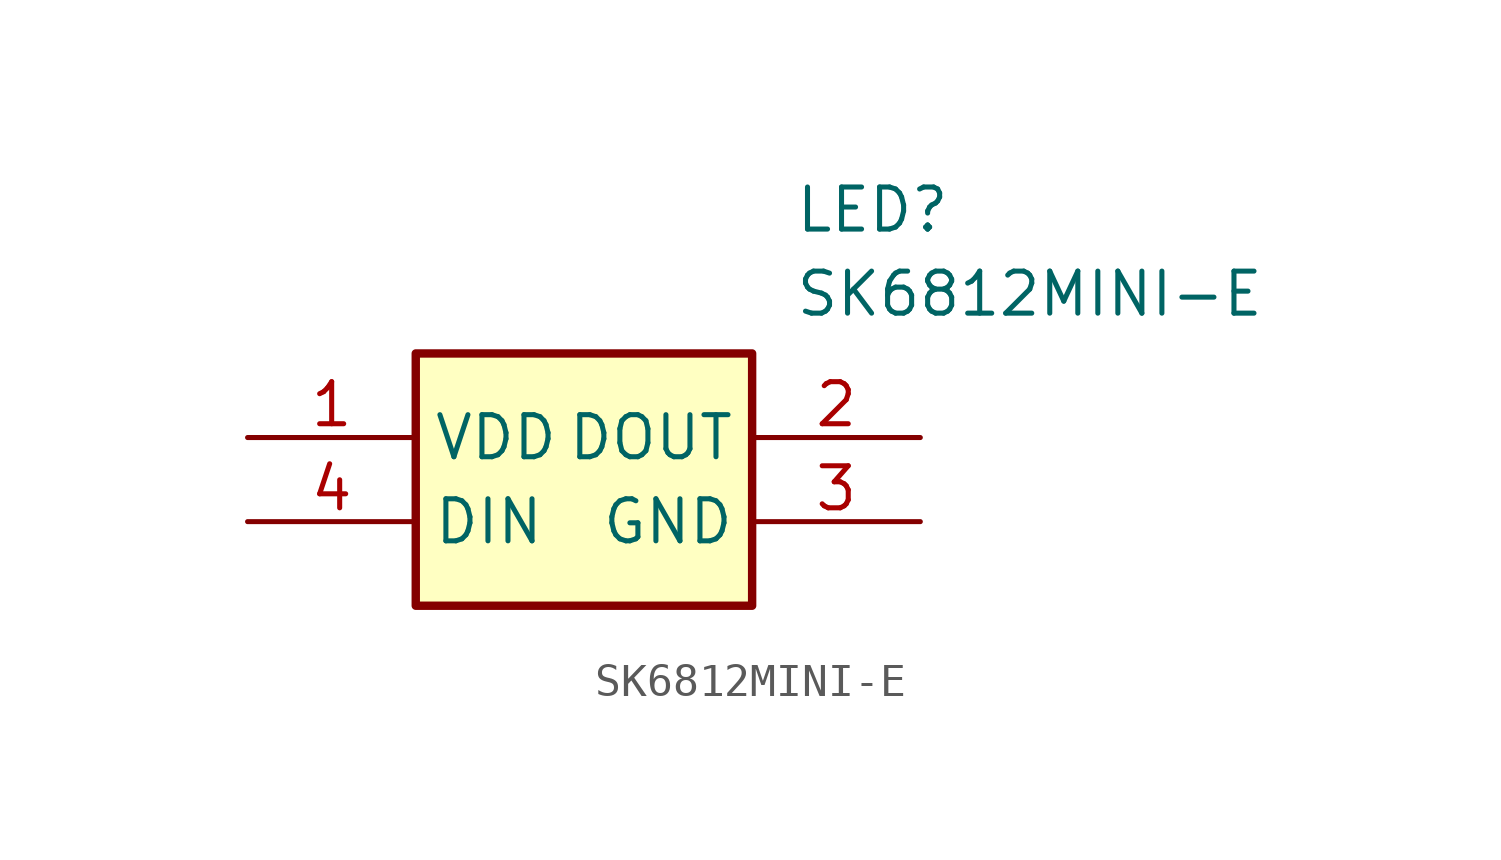
<source format=kicad_sym>
(kicad_symbol_lib
  (version 20220914)
  (generator kicad_symbol_editor)
  (symbol "SK6812MINI-E"
    (property "Reference" "LED"
      (at 16.51 7.62 0)
      (effects (font (size 1.27 1.27)) (justify left top)))
    (property "Value" "SK6812MINI-E"
      (at 16.51 5.08 0)
      (effects (font (size 1.27 1.27)) (justify left top)))
    (symbol "SK6812MINI-E_1_1"
      (rectangle (start 5.08 2.54) (end 15.24 -5.08) (stroke (width 0.254) (type default)) (fill (type background)))
      (pin passive line (at 0 0 0) (length 5.08) (name "VDD" (effects (font (size 1.27 1.27)))) (number "1" (effects (font (size 1.27 1.27)))))
      (pin passive line (at 20.32 0 180) (length 5.08) (name "DOUT" (effects (font (size 1.27 1.27)))) (number "2" (effects (font (size 1.27 1.27)))))
      (pin passive line (at 20.32 -2.54 180) (length 5.08) (name "GND" (effects (font (size 1.27 1.27)))) (number "3" (effects (font (size 1.27 1.27)))))
      (pin passive line (at 0 -2.54 0) (length 5.08) (name "DIN" (effects (font (size 1.27 1.27)))) (number "4" (effects (font (size 1.27 1.27))))))))
</source>
